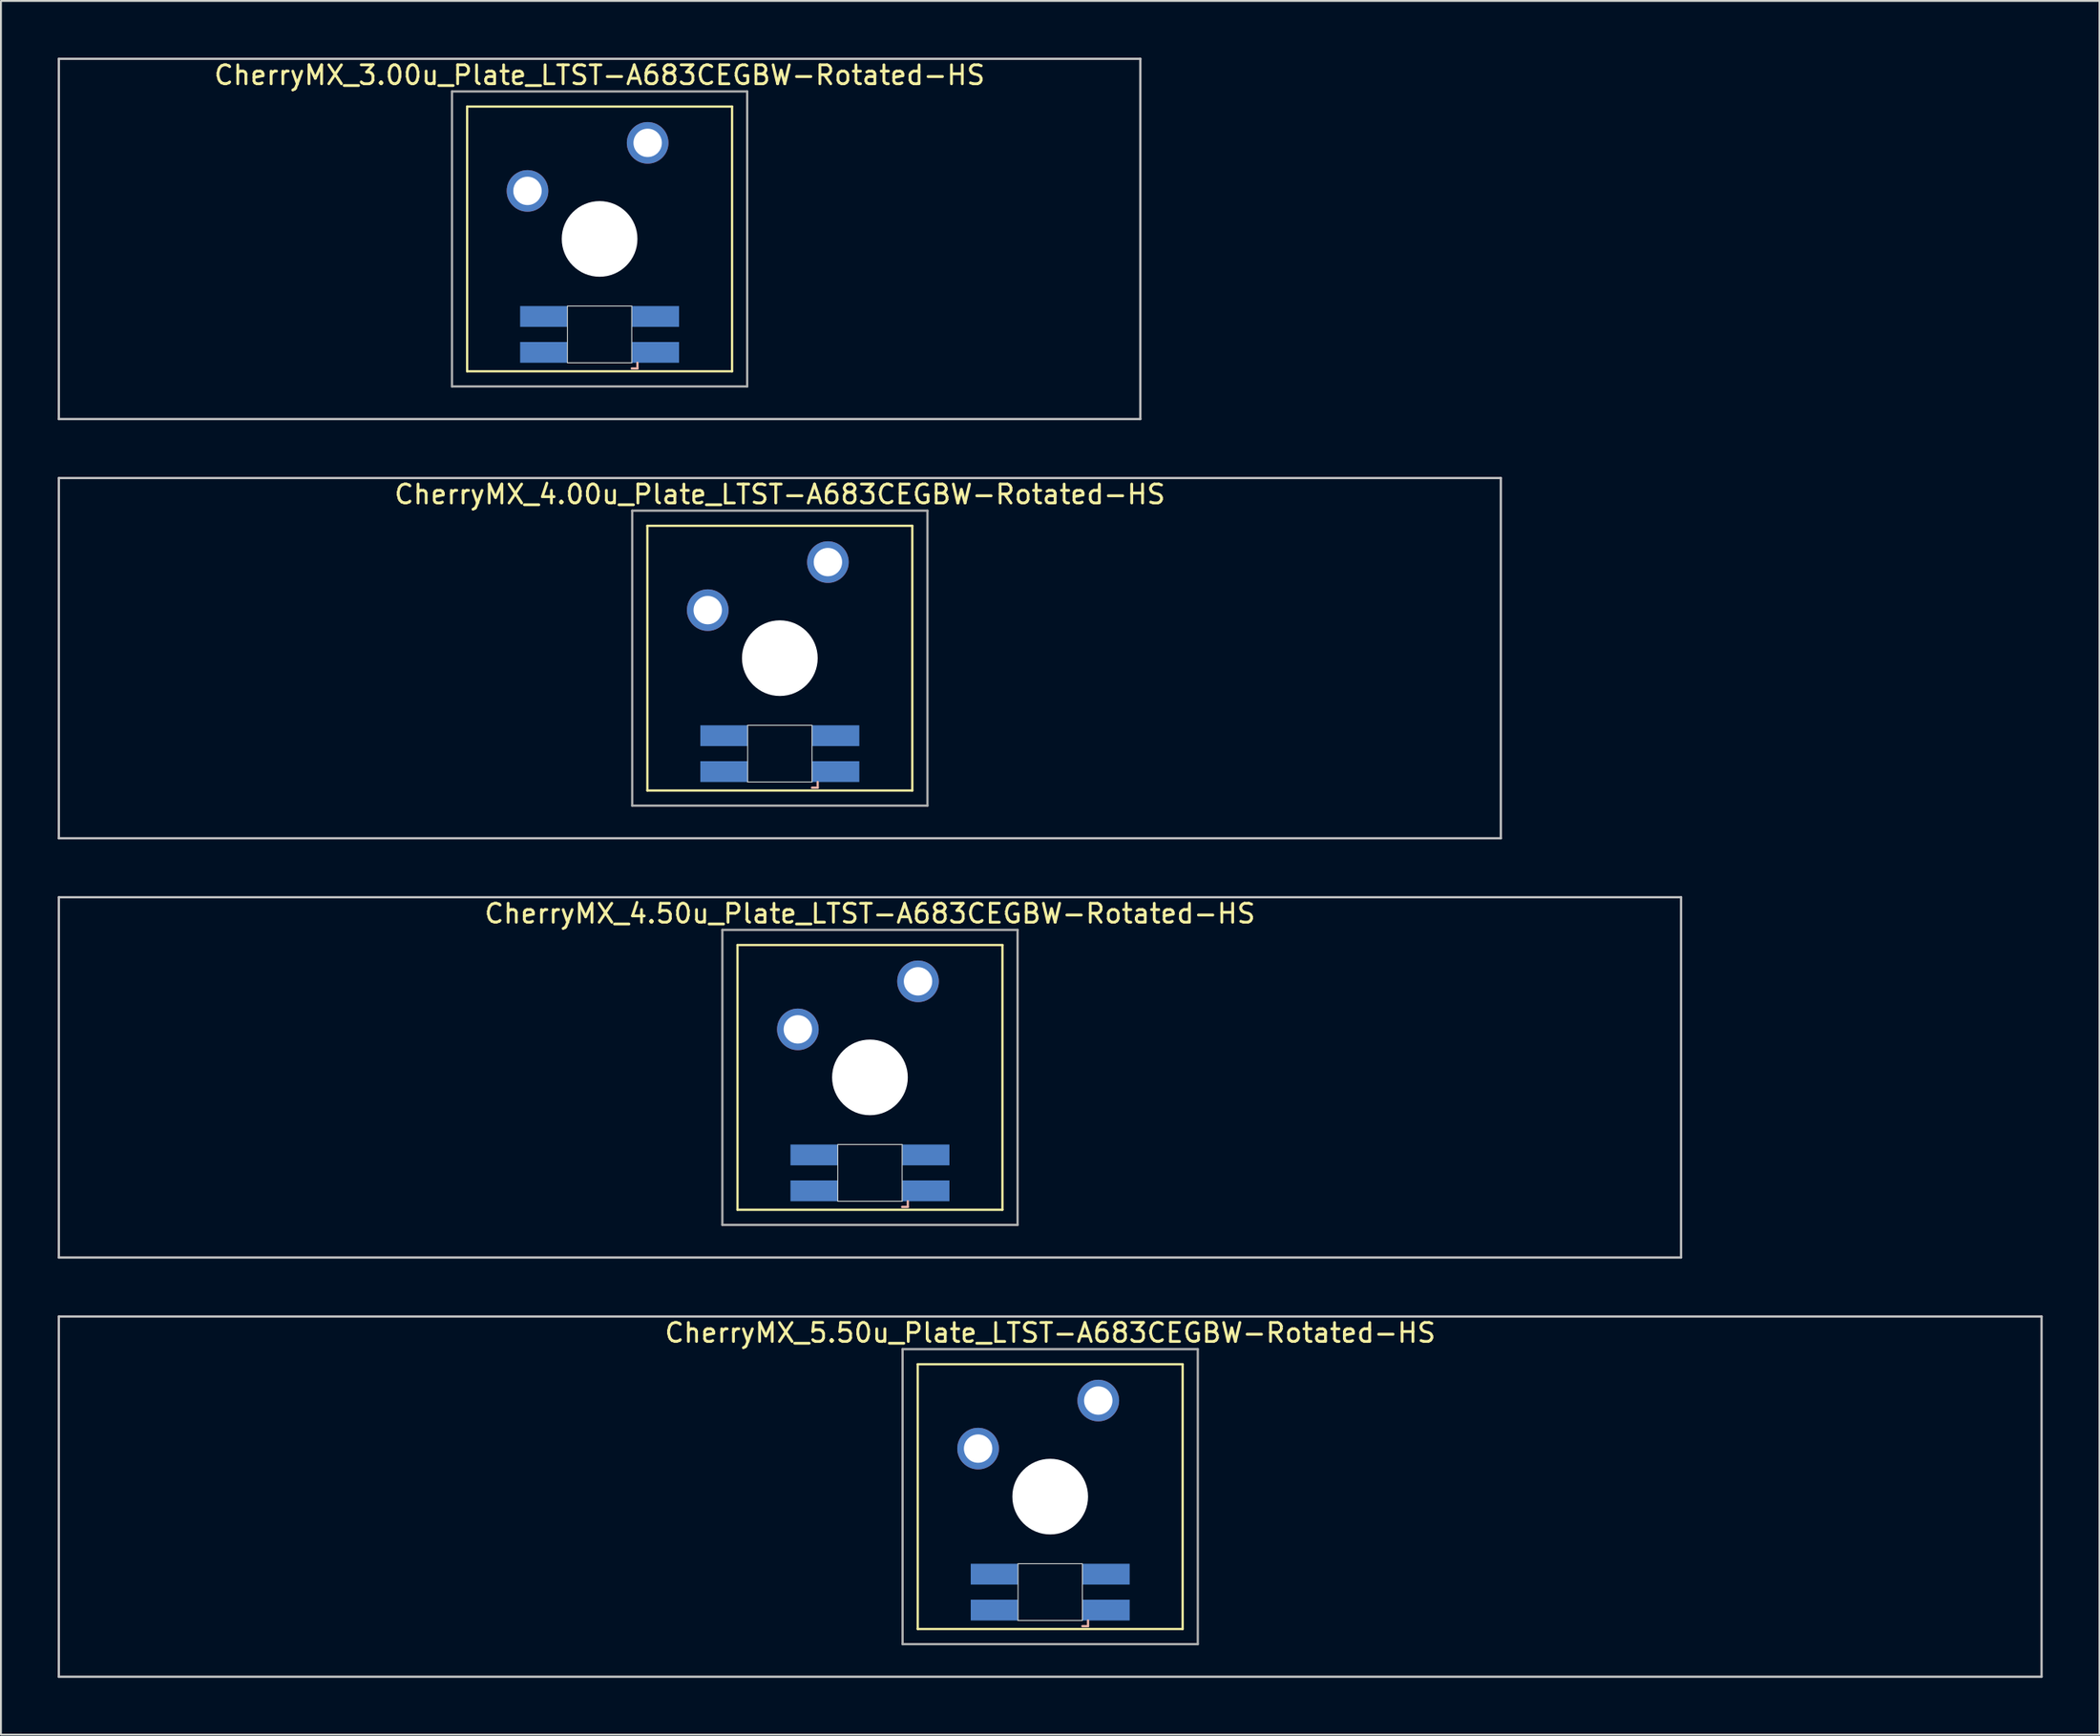
<source format=kicad_pcb>
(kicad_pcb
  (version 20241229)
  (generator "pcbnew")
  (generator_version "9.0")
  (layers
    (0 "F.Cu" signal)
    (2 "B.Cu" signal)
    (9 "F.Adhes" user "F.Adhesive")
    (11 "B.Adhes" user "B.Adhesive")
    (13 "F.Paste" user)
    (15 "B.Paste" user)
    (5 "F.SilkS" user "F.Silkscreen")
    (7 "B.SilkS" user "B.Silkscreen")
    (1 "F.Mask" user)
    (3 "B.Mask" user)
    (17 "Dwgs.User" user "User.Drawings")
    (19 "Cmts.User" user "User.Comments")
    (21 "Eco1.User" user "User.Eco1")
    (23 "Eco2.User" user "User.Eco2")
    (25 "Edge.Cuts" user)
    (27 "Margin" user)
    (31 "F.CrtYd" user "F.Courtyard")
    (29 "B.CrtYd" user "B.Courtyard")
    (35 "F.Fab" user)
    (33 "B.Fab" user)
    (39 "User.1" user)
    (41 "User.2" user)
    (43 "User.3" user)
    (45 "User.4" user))
  (footprint "CherryMX_5.50u_Plate_LTST-A683CEGBW-Rotated-HS"
    (layer "F.Cu")
    (at 52.447 76.095)
    (property "Reference" "CherryMX_5.50u_Plate_LTST-A683CEGBW-Rotated-HS" (at 0 -8.662 0) (layer "F.SilkS") (effects (font (size 1 1) (thickness 0.15))))
    (attr through_hole)
    (fp_line (start -7 -7) (end -7 7) (stroke (width 0.12) (type solid)) (layer "F.SilkS"))
    (fp_line (start -7 -7) (end 7 -7) (stroke (width 0.12) (type solid)) (layer "F.SilkS"))
    (fp_line (start 7 -7) (end 7 7) (stroke (width 0.12) (type solid)) (layer "F.SilkS"))
    (fp_line (start 7 7) (end -7 7) (stroke (width 0.12) (type solid)) (layer "F.SilkS"))
    (fp_line (start 1.7 6.85) (end 2 6.85) (stroke (width 0.12) (type solid)) (layer "B.SilkS"))
    (fp_line (start 2 6.85) (end 2 6.55) (stroke (width 0.12) (type solid)) (layer "B.SilkS"))
    (fp_line (start -52.388 -9.525) (end 52.388 -9.525) (stroke (width 0.12) (type solid)) (layer "Dwgs.User"))
    (fp_line (start -52.388 9.525) (end -52.388 -9.525) (stroke (width 0.12) (type solid)) (layer "Dwgs.User"))
    (fp_line (start 52.388 -9.525) (end 52.388 9.525) (stroke (width 0.12) (type solid)) (layer "Dwgs.User"))
    (fp_line (start 52.388 9.525) (end -52.388 9.525) (stroke (width 0.12) (type solid)) (layer "Dwgs.User"))
    (fp_line (start -1.7 3.55) (end 1.7 3.55) (stroke (width 0.05) (type solid)) (layer "Edge.Cuts"))
    (fp_line (start -1.7 6.55) (end -1.7 3.55) (stroke (width 0.05) (type solid)) (layer "Edge.Cuts"))
    (fp_line (start 1.7 3.55) (end 1.7 6.55) (stroke (width 0.05) (type solid)) (layer "Edge.Cuts"))
    (fp_line (start 1.7 6.55) (end -1.7 6.55) (stroke (width 0.05) (type solid)) (layer "Edge.Cuts"))
    (fp_line (start -7.8 -7.8) (end -7.8 7.8) (stroke (width 0.12) (type solid)) (layer "F.Fab"))
    (fp_line (start -7.8 -7.8) (end 7.8 -7.8) (stroke (width 0.12) (type solid)) (layer "F.Fab"))
    (fp_line (start -7.8 7.8) (end 7.8 7.8) (stroke (width 0.12) (type solid)) (layer "F.Fab"))
    (fp_line (start 7.8 -7.8) (end 7.8 7.8) (stroke (width 0.12) (type solid)) (layer "F.Fab"))
    (pad "" np_thru_hole circle (at 0 0) (size 4 4) (drill 4) (layers "*.Cu" "*.Mask"))
    (pad "1" thru_hole circle (at -3.81 -2.54) (size 2.2 2.2) (drill 1.5) (layers "*.Cu" "*.Mask"))
    (pad "2" thru_hole circle (at 2.54 -5.08) (size 2.2 2.2) (drill 1.5) (layers "*.Cu" "*.Mask"))
    (pad "3" smd rect (at 2.95 6) (size 2.5 1.1) (layers "B.Cu" "B.Mask" "B.Paste"))
    (pad "4" smd rect (at 2.95 4.1) (size 2.5 1.1) (layers "B.Cu" "B.Mask" "B.Paste"))
    (pad "5" smd rect (at -2.95 6) (size 2.5 1.1) (layers "B.Cu" "B.Mask" "B.Paste"))
    (pad "6" smd rect (at -2.95 4.1) (size 2.5 1.1) (layers "B.Cu" "B.Mask" "B.Paste")))
  (footprint "CherryMX_3.00u_Plate_LTST-A683CEGBW-Rotated-HS"
    (layer "F.Cu")
    (at 28.635 9.585)
    (property "Reference" "CherryMX_3.00u_Plate_LTST-A683CEGBW-Rotated-HS" (at 0 -8.662 0) (layer "F.SilkS") (effects (font (size 1 1) (thickness 0.15))))
    (attr through_hole)
    (fp_line (start -7 -7) (end -7 7) (stroke (width 0.12) (type solid)) (layer "F.SilkS"))
    (fp_line (start -7 -7) (end 7 -7) (stroke (width 0.12) (type solid)) (layer "F.SilkS"))
    (fp_line (start 7 -7) (end 7 7) (stroke (width 0.12) (type solid)) (layer "F.SilkS"))
    (fp_line (start 7 7) (end -7 7) (stroke (width 0.12) (type solid)) (layer "F.SilkS"))
    (fp_line (start 1.7 6.85) (end 2 6.85) (stroke (width 0.12) (type solid)) (layer "B.SilkS"))
    (fp_line (start 2 6.85) (end 2 6.55) (stroke (width 0.12) (type solid)) (layer "B.SilkS"))
    (fp_line (start -28.575 -9.525) (end 28.575 -9.525) (stroke (width 0.12) (type solid)) (layer "Dwgs.User"))
    (fp_line (start -28.575 9.525) (end -28.575 -9.525) (stroke (width 0.12) (type solid)) (layer "Dwgs.User"))
    (fp_line (start 28.575 -9.525) (end 28.575 9.525) (stroke (width 0.12) (type solid)) (layer "Dwgs.User"))
    (fp_line (start 28.575 9.525) (end -28.575 9.525) (stroke (width 0.12) (type solid)) (layer "Dwgs.User"))
    (fp_line (start -1.7 3.55) (end 1.7 3.55) (stroke (width 0.05) (type solid)) (layer "Edge.Cuts"))
    (fp_line (start -1.7 6.55) (end -1.7 3.55) (stroke (width 0.05) (type solid)) (layer "Edge.Cuts"))
    (fp_line (start 1.7 3.55) (end 1.7 6.55) (stroke (width 0.05) (type solid)) (layer "Edge.Cuts"))
    (fp_line (start 1.7 6.55) (end -1.7 6.55) (stroke (width 0.05) (type solid)) (layer "Edge.Cuts"))
    (fp_line (start -7.8 -7.8) (end -7.8 7.8) (stroke (width 0.12) (type solid)) (layer "F.Fab"))
    (fp_line (start -7.8 -7.8) (end 7.8 -7.8) (stroke (width 0.12) (type solid)) (layer "F.Fab"))
    (fp_line (start -7.8 7.8) (end 7.8 7.8) (stroke (width 0.12) (type solid)) (layer "F.Fab"))
    (fp_line (start 7.8 -7.8) (end 7.8 7.8) (stroke (width 0.12) (type solid)) (layer "F.Fab"))
    (pad "" np_thru_hole circle (at 0 0) (size 4 4) (drill 4) (layers "*.Cu" "*.Mask"))
    (pad "1" thru_hole circle (at -3.81 -2.54) (size 2.2 2.2) (drill 1.5) (layers "*.Cu" "*.Mask"))
    (pad "2" thru_hole circle (at 2.54 -5.08) (size 2.2 2.2) (drill 1.5) (layers "*.Cu" "*.Mask"))
    (pad "3" smd rect (at 2.95 6) (size 2.5 1.1) (layers "B.Cu" "B.Mask" "B.Paste"))
    (pad "4" smd rect (at 2.95 4.1) (size 2.5 1.1) (layers "B.Cu" "B.Mask" "B.Paste"))
    (pad "5" smd rect (at -2.95 6) (size 2.5 1.1) (layers "B.Cu" "B.Mask" "B.Paste"))
    (pad "6" smd rect (at -2.95 4.1) (size 2.5 1.1) (layers "B.Cu" "B.Mask" "B.Paste")))
  (footprint "CherryMX_4.50u_Plate_LTST-A683CEGBW-Rotated-HS"
    (layer "F.Cu")
    (at 42.922 53.925)
    (property "Reference" "CherryMX_4.50u_Plate_LTST-A683CEGBW-Rotated-HS" (at 0 -8.662 0) (layer "F.SilkS") (effects (font (size 1 1) (thickness 0.15))))
    (attr through_hole)
    (fp_line (start -7 -7) (end -7 7) (stroke (width 0.12) (type solid)) (layer "F.SilkS"))
    (fp_line (start -7 -7) (end 7 -7) (stroke (width 0.12) (type solid)) (layer "F.SilkS"))
    (fp_line (start 7 -7) (end 7 7) (stroke (width 0.12) (type solid)) (layer "F.SilkS"))
    (fp_line (start 7 7) (end -7 7) (stroke (width 0.12) (type solid)) (layer "F.SilkS"))
    (fp_line (start 1.7 6.85) (end 2 6.85) (stroke (width 0.12) (type solid)) (layer "B.SilkS"))
    (fp_line (start 2 6.85) (end 2 6.55) (stroke (width 0.12) (type solid)) (layer "B.SilkS"))
    (fp_line (start -42.862 -9.525) (end 42.862 -9.525) (stroke (width 0.12) (type solid)) (layer "Dwgs.User"))
    (fp_line (start -42.862 9.525) (end -42.862 -9.525) (stroke (width 0.12) (type solid)) (layer "Dwgs.User"))
    (fp_line (start 42.862 -9.525) (end 42.862 9.525) (stroke (width 0.12) (type solid)) (layer "Dwgs.User"))
    (fp_line (start 42.862 9.525) (end -42.862 9.525) (stroke (width 0.12) (type solid)) (layer "Dwgs.User"))
    (fp_line (start -1.7 3.55) (end 1.7 3.55) (stroke (width 0.05) (type solid)) (layer "Edge.Cuts"))
    (fp_line (start -1.7 6.55) (end -1.7 3.55) (stroke (width 0.05) (type solid)) (layer "Edge.Cuts"))
    (fp_line (start 1.7 3.55) (end 1.7 6.55) (stroke (width 0.05) (type solid)) (layer "Edge.Cuts"))
    (fp_line (start 1.7 6.55) (end -1.7 6.55) (stroke (width 0.05) (type solid)) (layer "Edge.Cuts"))
    (fp_line (start -7.8 -7.8) (end -7.8 7.8) (stroke (width 0.12) (type solid)) (layer "F.Fab"))
    (fp_line (start -7.8 -7.8) (end 7.8 -7.8) (stroke (width 0.12) (type solid)) (layer "F.Fab"))
    (fp_line (start -7.8 7.8) (end 7.8 7.8) (stroke (width 0.12) (type solid)) (layer "F.Fab"))
    (fp_line (start 7.8 -7.8) (end 7.8 7.8) (stroke (width 0.12) (type solid)) (layer "F.Fab"))
    (pad "" np_thru_hole circle (at 0 0) (size 4 4) (drill 4) (layers "*.Cu" "*.Mask"))
    (pad "1" thru_hole circle (at -3.81 -2.54) (size 2.2 2.2) (drill 1.5) (layers "*.Cu" "*.Mask"))
    (pad "2" thru_hole circle (at 2.54 -5.08) (size 2.2 2.2) (drill 1.5) (layers "*.Cu" "*.Mask"))
    (pad "3" smd rect (at 2.95 6) (size 2.5 1.1) (layers "B.Cu" "B.Mask" "B.Paste"))
    (pad "4" smd rect (at 2.95 4.1) (size 2.5 1.1) (layers "B.Cu" "B.Mask" "B.Paste"))
    (pad "5" smd rect (at -2.95 6) (size 2.5 1.1) (layers "B.Cu" "B.Mask" "B.Paste"))
    (pad "6" smd rect (at -2.95 4.1) (size 2.5 1.1) (layers "B.Cu" "B.Mask" "B.Paste")))
  (footprint "CherryMX_4.00u_Plate_LTST-A683CEGBW-Rotated-HS"
    (layer "F.Cu")
    (at 38.16 31.755)
    (property "Reference" "CherryMX_4.00u_Plate_LTST-A683CEGBW-Rotated-HS" (at 0 -8.662 0) (layer "F.SilkS") (effects (font (size 1 1) (thickness 0.15))))
    (attr through_hole)
    (fp_line (start -7 -7) (end -7 7) (stroke (width 0.12) (type solid)) (layer "F.SilkS"))
    (fp_line (start -7 -7) (end 7 -7) (stroke (width 0.12) (type solid)) (layer "F.SilkS"))
    (fp_line (start 7 -7) (end 7 7) (stroke (width 0.12) (type solid)) (layer "F.SilkS"))
    (fp_line (start 7 7) (end -7 7) (stroke (width 0.12) (type solid)) (layer "F.SilkS"))
    (fp_line (start 1.7 6.85) (end 2 6.85) (stroke (width 0.12) (type solid)) (layer "B.SilkS"))
    (fp_line (start 2 6.85) (end 2 6.55) (stroke (width 0.12) (type solid)) (layer "B.SilkS"))
    (fp_line (start -38.1 -9.525) (end 38.1 -9.525) (stroke (width 0.12) (type solid)) (layer "Dwgs.User"))
    (fp_line (start -38.1 9.525) (end -38.1 -9.525) (stroke (width 0.12) (type solid)) (layer "Dwgs.User"))
    (fp_line (start 38.1 -9.525) (end 38.1 9.525) (stroke (width 0.12) (type solid)) (layer "Dwgs.User"))
    (fp_line (start 38.1 9.525) (end -38.1 9.525) (stroke (width 0.12) (type solid)) (layer "Dwgs.User"))
    (fp_line (start -1.7 3.55) (end 1.7 3.55) (stroke (width 0.05) (type solid)) (layer "Edge.Cuts"))
    (fp_line (start -1.7 6.55) (end -1.7 3.55) (stroke (width 0.05) (type solid)) (layer "Edge.Cuts"))
    (fp_line (start 1.7 3.55) (end 1.7 6.55) (stroke (width 0.05) (type solid)) (layer "Edge.Cuts"))
    (fp_line (start 1.7 6.55) (end -1.7 6.55) (stroke (width 0.05) (type solid)) (layer "Edge.Cuts"))
    (fp_line (start -7.8 -7.8) (end -7.8 7.8) (stroke (width 0.12) (type solid)) (layer "F.Fab"))
    (fp_line (start -7.8 -7.8) (end 7.8 -7.8) (stroke (width 0.12) (type solid)) (layer "F.Fab"))
    (fp_line (start -7.8 7.8) (end 7.8 7.8) (stroke (width 0.12) (type solid)) (layer "F.Fab"))
    (fp_line (start 7.8 -7.8) (end 7.8 7.8) (stroke (width 0.12) (type solid)) (layer "F.Fab"))
    (pad "" np_thru_hole circle (at 0 0) (size 4 4) (drill 4) (layers "*.Cu" "*.Mask"))
    (pad "1" thru_hole circle (at -3.81 -2.54) (size 2.2 2.2) (drill 1.5) (layers "*.Cu" "*.Mask"))
    (pad "2" thru_hole circle (at 2.54 -5.08) (size 2.2 2.2) (drill 1.5) (layers "*.Cu" "*.Mask"))
    (pad "3" smd rect (at 2.95 6) (size 2.5 1.1) (layers "B.Cu" "B.Mask" "B.Paste"))
    (pad "4" smd rect (at 2.95 4.1) (size 2.5 1.1) (layers "B.Cu" "B.Mask" "B.Paste"))
    (pad "5" smd rect (at -2.95 6) (size 2.5 1.1) (layers "B.Cu" "B.Mask" "B.Paste"))
    (pad "6" smd rect (at -2.95 4.1) (size 2.5 1.1) (layers "B.Cu" "B.Mask" "B.Paste")))
  (gr_rect
    (start -3 -3)
    (end 107.895 88.68)
    (stroke (width 0.1) (type default))
    (fill no)
    (layer "Edge.Cuts")))
</source>
